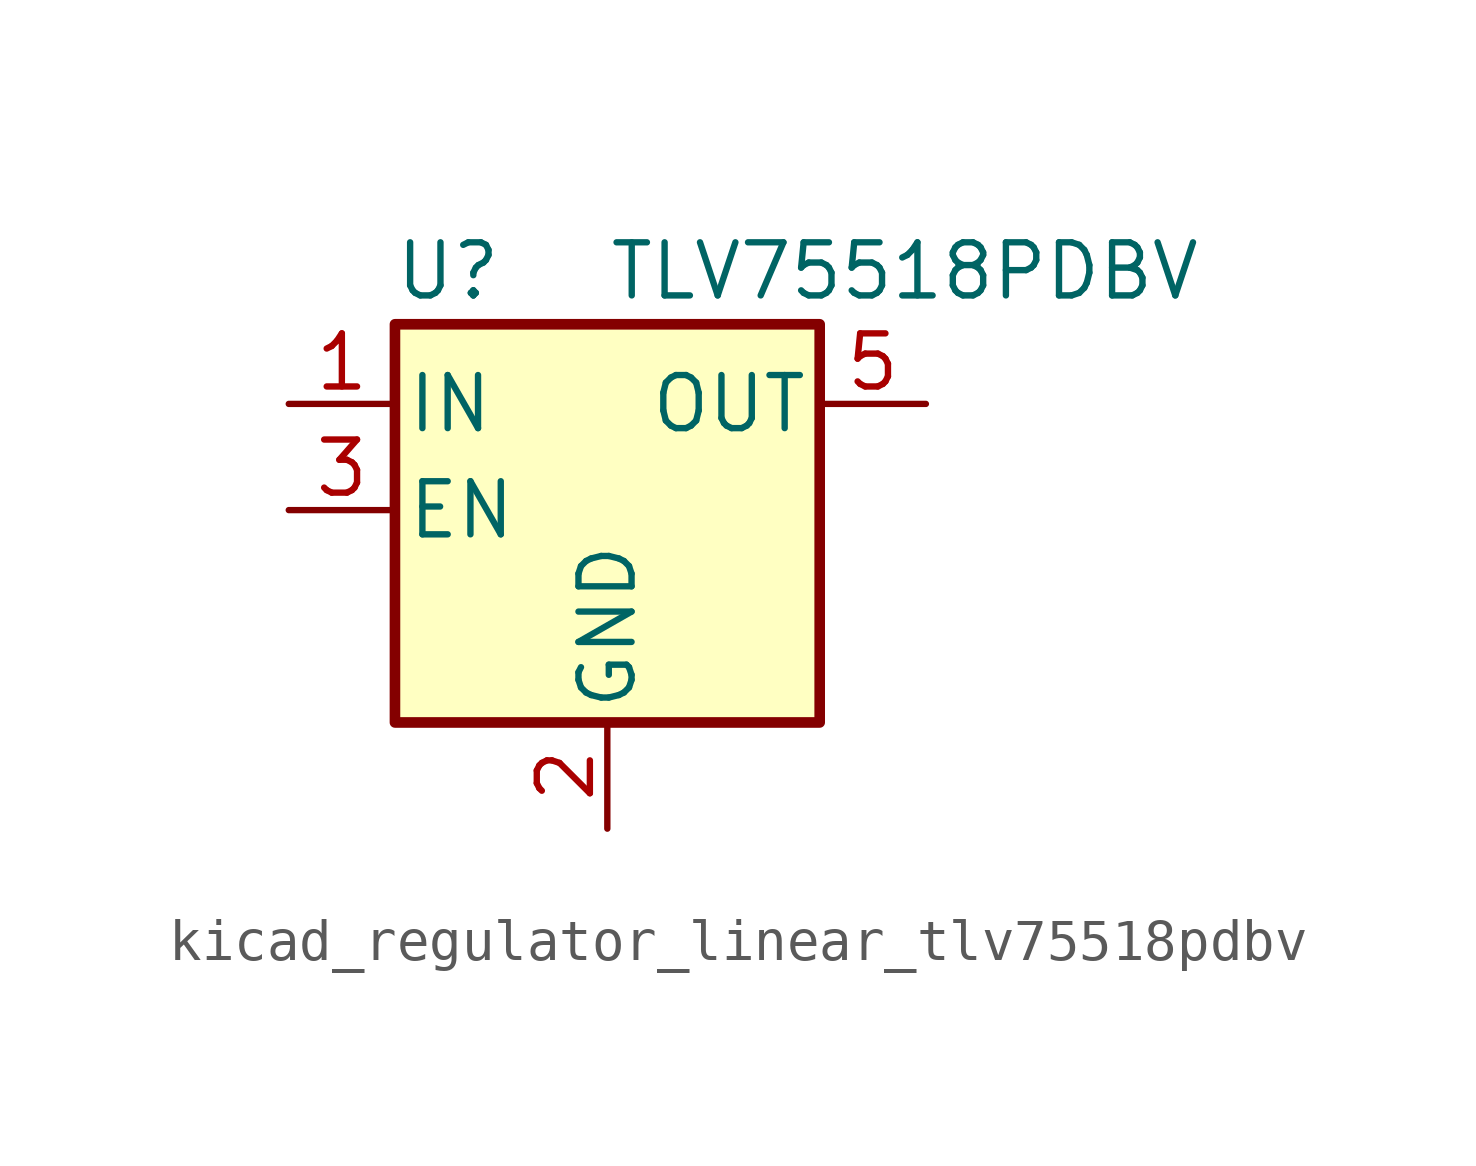
<source format=kicad_sym>
(kicad_symbol_lib
  (version 20220914)
  (generator kicad_symbol_editor)
  (symbol "kicad_regulator_linear_tlv75518pdbv"
    (pin_names
      (offset 0.254))
    (property "Reference" "U"
      (at -3.81 5.715 0)
      (effects (font (size 1.27 1.27))))
    (property "Value" "TLV75518PDBV"
      (at 0 5.715 0)
      (effects (font (size 1.27 1.27)) (justify left)))
    (symbol "kicad_regulator_linear_tlv75518pdbv_0_1"
      (rectangle (start -5.08 4.445) (end 5.08 -5.08) (stroke (width 0.254) (type default)) (fill (type background))))
    (symbol "kicad_regulator_linear_tlv75518pdbv_1_1"
      (pin power_in line (at -7.62 2.54 0) (length 2.54) (name "IN" (effects (font (size 1.27 1.27)))) (number "1" (effects (font (size 1.27 1.27)))))
      (pin power_in line (at 0 -7.62 90) (length 2.54) (name "GND" (effects (font (size 1.27 1.27)))) (number "2" (effects (font (size 1.27 1.27)))))
      (pin input line (at -7.62 0 0) (length 2.54) (name "EN" (effects (font (size 1.27 1.27)))) (number "3" (effects (font (size 1.27 1.27)))))
      (pin no_connect line (at 5.08 0 180) (length 2.54) hide (name "NC" (effects (font (size 1.27 1.27)))) (number "4" (effects (font (size 1.27 1.27)))))
      (pin power_out line (at 7.62 2.54 180) (length 2.54) (name "OUT" (effects (font (size 1.27 1.27)))) (number "5" (effects (font (size 1.27 1.27))))))))
</source>
